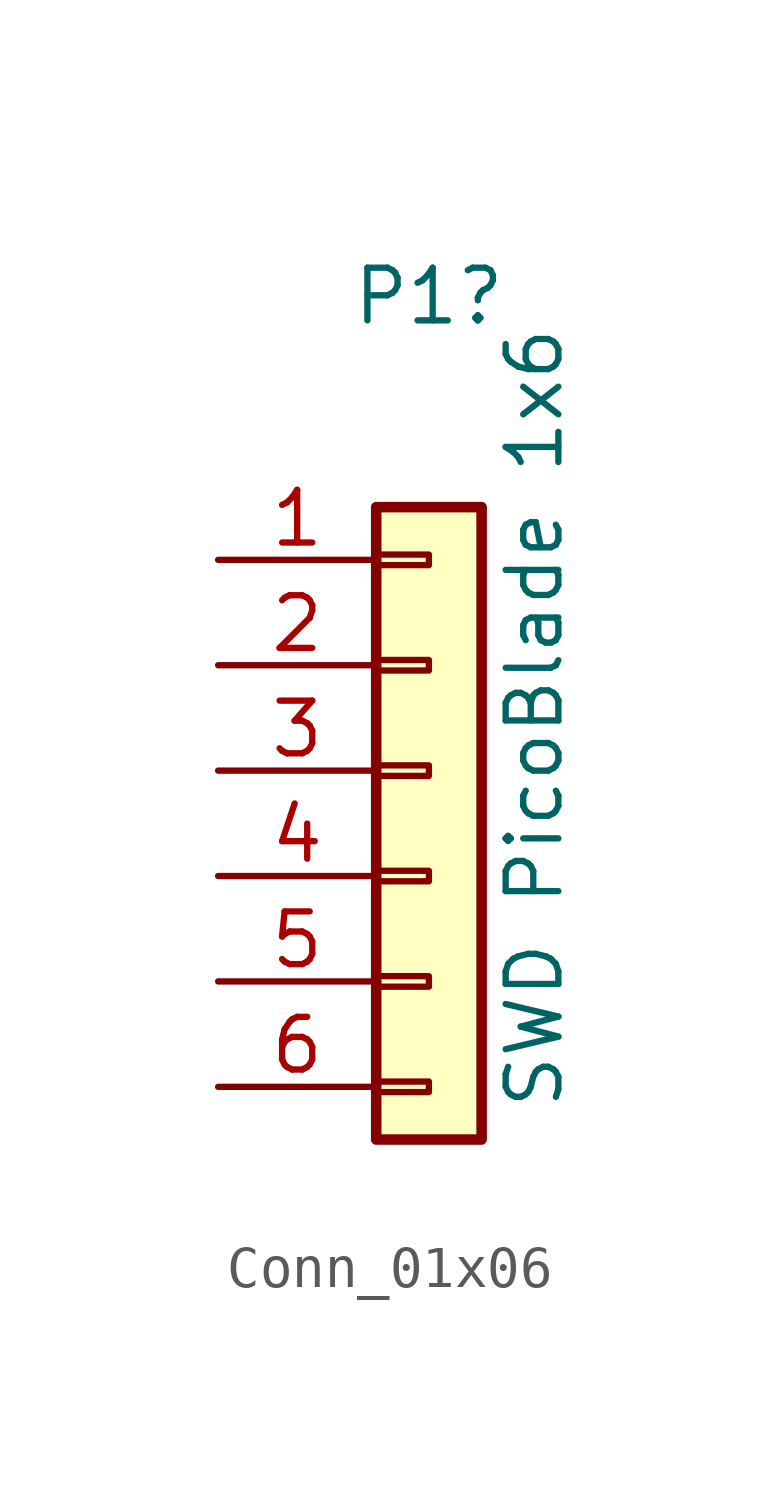
<source format=kicad_sym>
(kicad_symbol_lib
  (version 20211014)
  (generator kicad_symbol_editor)
  (symbol "Conn_01x06"
    (pin_names
      (offset 1.016) hide)
    (property "Reference" "P1"
      (at 0 11.43 0)
      (effects (font (size 1.27 1.27))))
    (property "Value" "SWD PicoBlade 1x6"
      (at 2.54 1.27 90)
      (effects (font (size 1.27 1.27))))
    (symbol "Conn_01x06_1_1"
      (rectangle (start -1.27 -7.493) (end 0 -7.747) (stroke (width 0.152) (type default) (color 0 0 0 0)) (fill (type none)))
      (rectangle (start -1.27 -4.953) (end 0 -5.207) (stroke (width 0.152) (type default) (color 0 0 0 0)) (fill (type none)))
      (rectangle (start -1.27 -2.413) (end 0 -2.667) (stroke (width 0.152) (type default) (color 0 0 0 0)) (fill (type none)))
      (rectangle (start -1.27 0.127) (end 0 -0.127) (stroke (width 0.152) (type default) (color 0 0 0 0)) (fill (type none)))
      (rectangle (start -1.27 2.667) (end 0 2.413) (stroke (width 0.152) (type default) (color 0 0 0 0)) (fill (type none)))
      (rectangle (start -1.27 5.207) (end 0 4.953) (stroke (width 0.152) (type default) (color 0 0 0 0)) (fill (type none)))
      (rectangle (start -1.27 6.35) (end 1.27 -8.89) (stroke (width 0.254) (type default) (color 0 0 0 0)) (fill (type background)))
      (pin passive line (at -5.08 5.08 0) (length 3.81) (name "Pin_1" (effects (font (size 1.27 1.27)))) (number "1" (effects (font (size 1.27 1.27)))))
      (pin passive line (at -5.08 2.54 0) (length 3.81) (name "Pin_2" (effects (font (size 1.27 1.27)))) (number "2" (effects (font (size 1.27 1.27)))))
      (pin passive line (at -5.08 0 0) (length 3.81) (name "Pin_3" (effects (font (size 1.27 1.27)))) (number "3" (effects (font (size 1.27 1.27)))))
      (pin passive line (at -5.08 -2.54 0) (length 3.81) (name "Pin_4" (effects (font (size 1.27 1.27)))) (number "4" (effects (font (size 1.27 1.27)))))
      (pin passive line (at -5.08 -5.08 0) (length 3.81) (name "Pin_5" (effects (font (size 1.27 1.27)))) (number "5" (effects (font (size 1.27 1.27)))))
      (pin passive line (at -5.08 -7.62 0) (length 3.81) (name "Pin_6" (effects (font (size 1.27 1.27)))) (number "6" (effects (font (size 1.27 1.27))))))))
</source>
